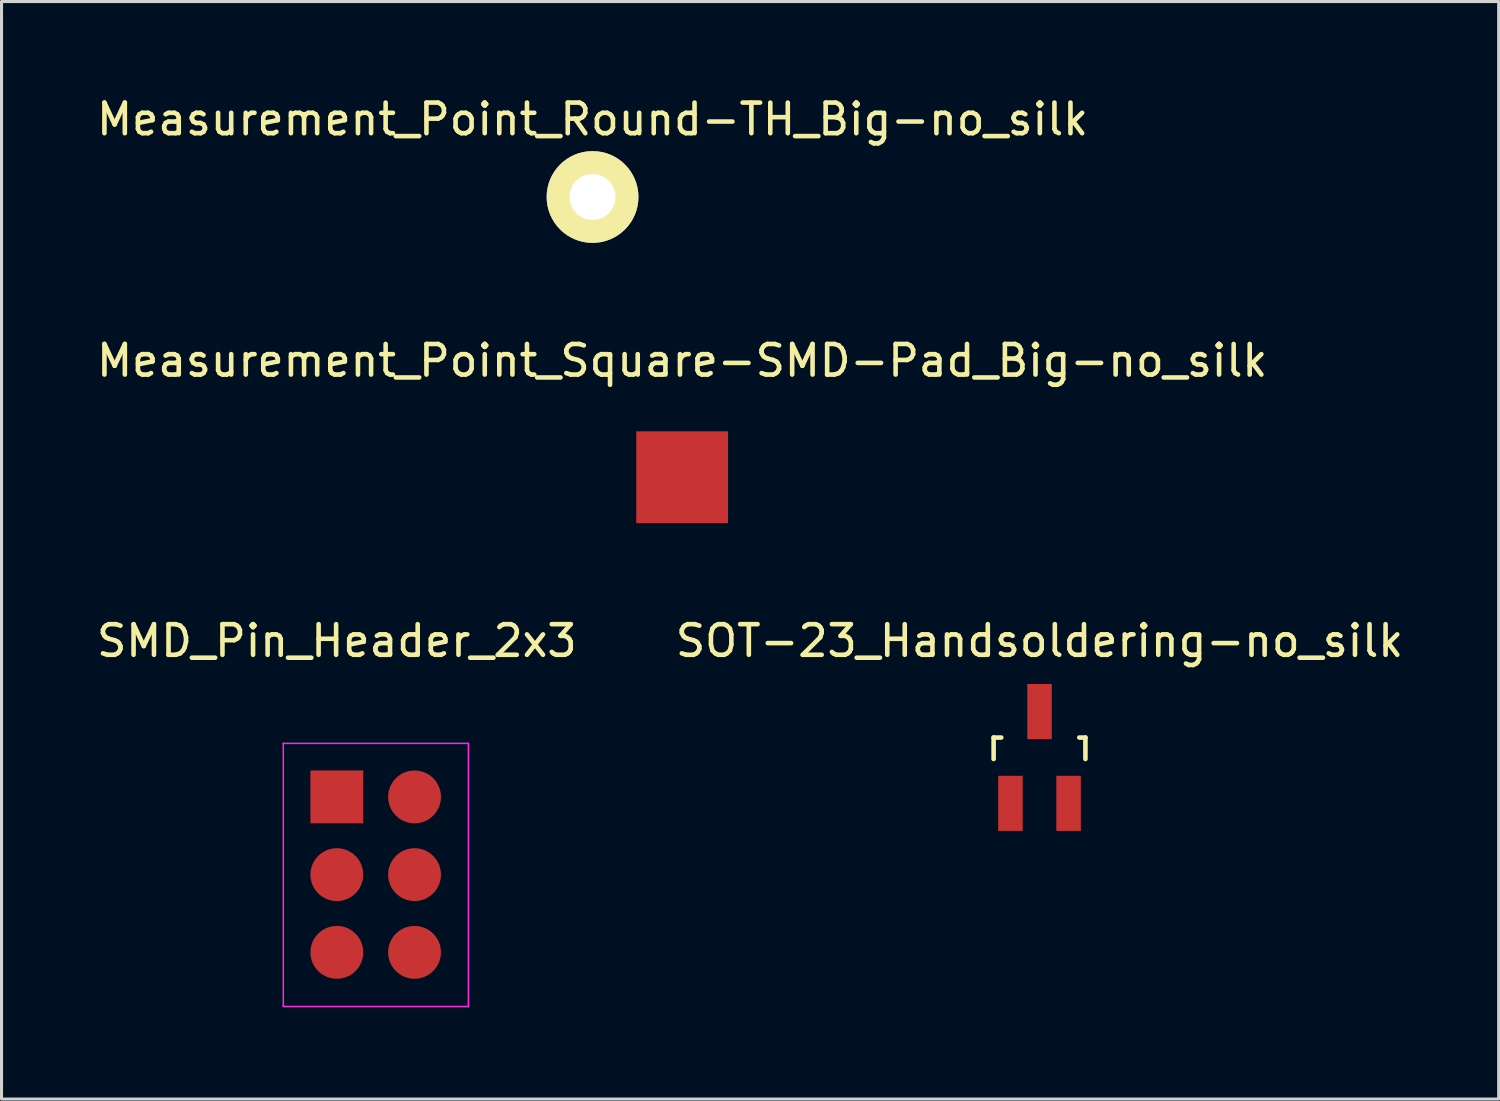
<source format=kicad_pcb>
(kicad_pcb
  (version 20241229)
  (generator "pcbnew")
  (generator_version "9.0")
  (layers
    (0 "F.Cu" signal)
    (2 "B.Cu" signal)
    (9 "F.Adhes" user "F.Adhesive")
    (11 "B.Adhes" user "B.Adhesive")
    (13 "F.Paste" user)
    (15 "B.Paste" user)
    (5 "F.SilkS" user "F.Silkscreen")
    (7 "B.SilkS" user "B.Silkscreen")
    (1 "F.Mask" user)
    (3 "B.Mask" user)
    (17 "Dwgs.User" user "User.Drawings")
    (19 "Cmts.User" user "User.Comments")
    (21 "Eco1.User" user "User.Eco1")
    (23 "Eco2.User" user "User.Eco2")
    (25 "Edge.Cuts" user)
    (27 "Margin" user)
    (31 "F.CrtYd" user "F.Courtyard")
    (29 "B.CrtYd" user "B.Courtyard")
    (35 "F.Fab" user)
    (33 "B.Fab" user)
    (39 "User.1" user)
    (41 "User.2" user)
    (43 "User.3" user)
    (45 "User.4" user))
  (footprint "Measurement_Point_Round-TH_Big-no_silk"
    (layer "F.Cu")
    (at 16.315 3.388)
    (property "Reference" "Measurement_Point_Round-TH_Big-no_silk" (at 0 -2.54 0) (layer "F.SilkS") (effects (font (size 1 1) (thickness 0.15))))
    (attr through_hole)
    (pad "1" thru_hole circle (at 0 0) (size 3 3) (drill 1.501) (layers "*.Cu" "*.Mask" "F.SilkS")))
  (footprint "Measurement_Point_Square-SMD-Pad_Big-no_silk"
    (layer "F.Cu")
    (at 19.244 12.546)
    (property "Reference" "Measurement_Point_Square-SMD-Pad_Big-no_silk" (at 0 -3.81 0) (layer "F.SilkS") (effects (font (size 1 1) (thickness 0.15))))
    (attr through_hole)
    (pad "1" smd rect (at 0 0) (size 3 3) (layers "F.Cu" "F.Mask" "F.Paste")))
  (footprint "SMD_Pin_Header_2x3"
    (layer "F.Cu")
    (at 7.958 22.994)
    (property "Reference" "SMD_Pin_Header_2x3" (at 0 -5.1 0) (layer "F.SilkS") (effects (font (size 1 1) (thickness 0.15))))
    (attr through_hole)
    (fp_line (start -1.75 -1.75) (end -1.75 6.85) (stroke (width 0.05) (type solid)) (layer "F.CrtYd"))
    (fp_line (start -1.75 -1.75) (end 4.3 -1.75) (stroke (width 0.05) (type solid)) (layer "F.CrtYd"))
    (fp_line (start -1.75 6.85) (end 4.3 6.85) (stroke (width 0.05) (type solid)) (layer "F.CrtYd"))
    (fp_line (start 4.3 -1.75) (end 4.3 6.85) (stroke (width 0.05) (type solid)) (layer "F.CrtYd"))
    (pad "1" connect rect (at 0 0) (size 1.727 1.727) (layers "F.Cu" "F.Mask"))
    (pad "2" connect oval (at 2.54 0) (size 1.727 1.727) (layers "F.Cu" "F.Mask"))
    (pad "3" connect oval (at 0 2.54) (size 1.727 1.727) (layers "F.Cu" "F.Mask"))
    (pad "4" connect oval (at 2.54 2.54) (size 1.727 1.727) (layers "F.Cu" "F.Mask"))
    (pad "5" connect oval (at 0 5.08) (size 1.727 1.727) (layers "F.Cu" "F.Mask"))
    (pad "6" connect oval (at 2.54 5.08) (size 1.727 1.727) (layers "F.Cu" "F.Mask")))
  (footprint "SOT-23_Handsoldering-no_silk"
    (layer "F.Cu")
    (at 30.923 21.704)
    (property "Reference" "SOT-23_Handsoldering-no_silk" (at 0 -3.81 0) (layer "F.SilkS") (effects (font (size 1 1) (thickness 0.15))))
    (attr smd)
    (fp_line (start -1.5 -0.65) (end -1.251 -0.65) (stroke (width 0.15) (type solid)) (layer "F.SilkS"))
    (fp_line (start -1.5 0.051) (end -1.5 -0.65) (stroke (width 0.15) (type solid)) (layer "F.SilkS"))
    (fp_line (start 1.299 -0.65) (end 1.5 -0.65) (stroke (width 0.15) (type solid)) (layer "F.SilkS"))
    (fp_line (start 1.5 -0.65) (end 1.5 0.051) (stroke (width 0.15) (type solid)) (layer "F.SilkS"))
    (pad "1" smd rect (at -0.95 1.501) (size 0.8 1.801) (layers "F.Cu" "F.Mask" "F.Paste"))
    (pad "2" smd rect (at 0.95 1.501) (size 0.8 1.801) (layers "F.Cu" "F.Mask" "F.Paste"))
    (pad "3" smd rect (at 0 -1.501) (size 0.8 1.801) (layers "F.Cu" "F.Mask" "F.Paste")))
  (gr_rect
    (start -3 -3)
    (end 45.929 32.869)
    (stroke (width 0.1) (type default))
    (fill no)
    (layer "Edge.Cuts")))
</source>
